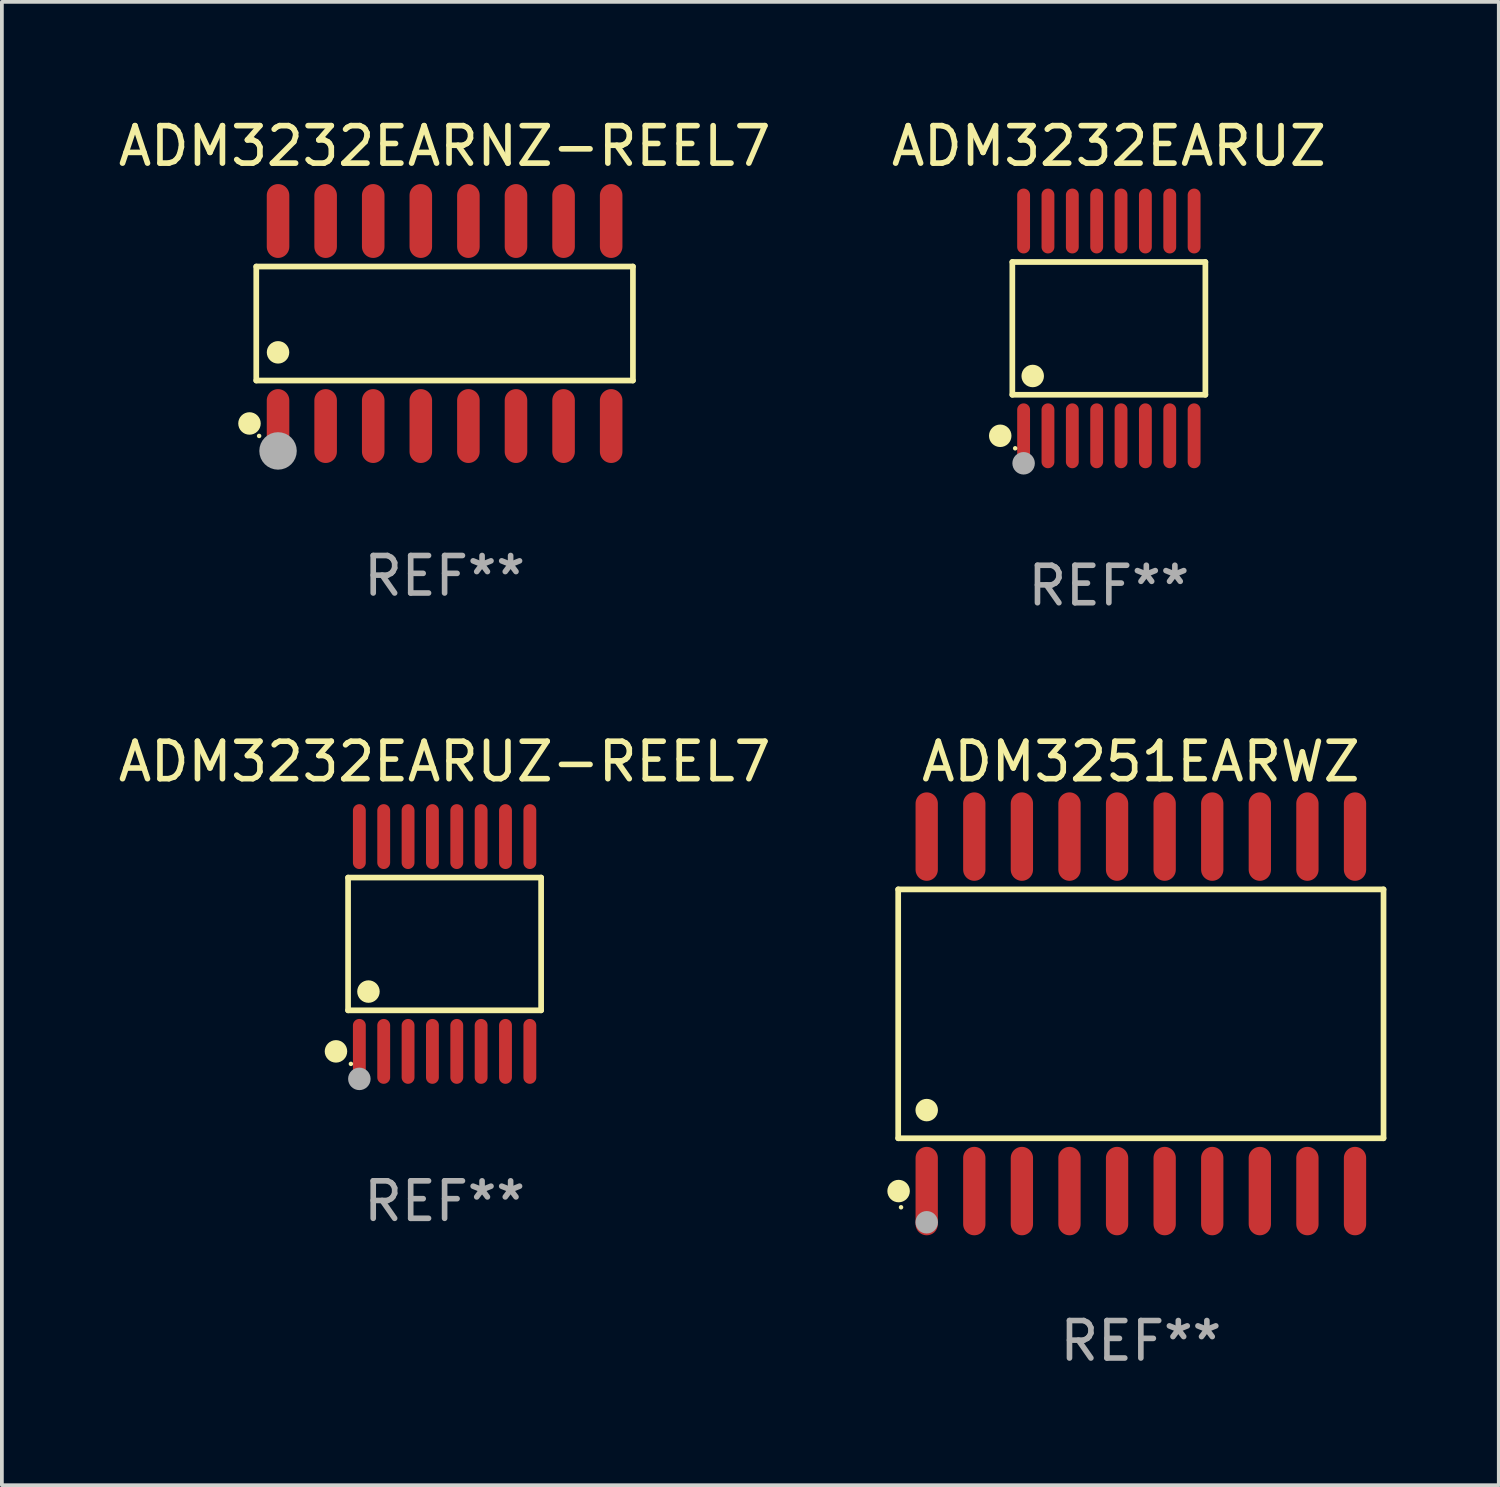
<source format=kicad_pcb>
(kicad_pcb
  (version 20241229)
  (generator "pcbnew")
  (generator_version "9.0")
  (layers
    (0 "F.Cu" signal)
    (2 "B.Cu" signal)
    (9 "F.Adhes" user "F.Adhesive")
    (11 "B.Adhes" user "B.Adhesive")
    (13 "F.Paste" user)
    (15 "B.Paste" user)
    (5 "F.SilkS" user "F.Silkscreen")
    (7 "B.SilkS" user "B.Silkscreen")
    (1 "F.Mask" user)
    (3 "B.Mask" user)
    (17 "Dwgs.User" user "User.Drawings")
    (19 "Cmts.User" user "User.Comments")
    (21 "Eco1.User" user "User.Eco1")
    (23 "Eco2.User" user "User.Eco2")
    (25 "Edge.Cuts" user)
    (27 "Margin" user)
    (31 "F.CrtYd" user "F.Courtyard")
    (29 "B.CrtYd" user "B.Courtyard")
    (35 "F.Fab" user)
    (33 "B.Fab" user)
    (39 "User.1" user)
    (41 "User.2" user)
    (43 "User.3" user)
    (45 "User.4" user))
  (footprint "ADM3251EARWZ"
    (layer "F.Cu")
    (at 27.396 24.006)
    (property "Reference" "ADM3251EARWZ" (at 0 -6.73 0) (layer "F.SilkS") (effects (font (size 1 1) (thickness 0.15))))
    (attr through_hole)
    (fp_line (start -6.476 -3.321) (end 6.476 -3.321) (stroke (width 0.152) (type solid)) (layer "F.SilkS"))
    (fp_line (start -6.476 3.321) (end -6.476 -3.321) (stroke (width 0.152) (type solid)) (layer "F.SilkS"))
    (fp_line (start 6.476 -3.321) (end 6.476 3.321) (stroke (width 0.152) (type solid)) (layer "F.SilkS"))
    (fp_line (start 6.476 3.321) (end -6.476 3.321) (stroke (width 0.152) (type solid)) (layer "F.SilkS"))
    (fp_circle (center -6.465 4.73) (end -6.315 4.73) (stroke (width 0.3) (type solid)) (fill no) (layer "F.SilkS"))
    (fp_circle (center -6.4 5.163) (end -6.37 5.163) (stroke (width 0.06) (type solid)) (fill no) (layer "F.SilkS"))
    (fp_circle (center -5.715 2.569) (end -5.565 2.569) (stroke (width 0.3) (type solid)) (fill no) (layer "F.SilkS"))
    (fp_circle (center -5.715 5.563) (end -5.565 5.563) (stroke (width 0.3) (type solid)) (fill no) (layer "F.Fab"))
    (fp_text user "REF**" (at 0 8.73 0) (layer "F.Fab") (effects (font (size 1 1) (thickness 0.15))))
    (pad "1" smd oval (at -5.715 4.73) (size 0.595 2.36) (layers "F.Cu" "F.Mask" "F.Paste"))
    (pad "2" smd oval (at -4.445 4.73) (size 0.595 2.36) (layers "F.Cu" "F.Mask" "F.Paste"))
    (pad "3" smd oval (at -3.175 4.73) (size 0.595 2.36) (layers "F.Cu" "F.Mask" "F.Paste"))
    (pad "4" smd oval (at -1.905 4.73) (size 0.595 2.36) (layers "F.Cu" "F.Mask" "F.Paste"))
    (pad "5" smd oval (at -0.635 4.73) (size 0.595 2.36) (layers "F.Cu" "F.Mask" "F.Paste"))
    (pad "6" smd oval (at 0.635 4.73) (size 0.595 2.36) (layers "F.Cu" "F.Mask" "F.Paste"))
    (pad "7" smd oval (at 1.905 4.73) (size 0.595 2.36) (layers "F.Cu" "F.Mask" "F.Paste"))
    (pad "8" smd oval (at 3.175 4.73) (size 0.595 2.36) (layers "F.Cu" "F.Mask" "F.Paste"))
    (pad "9" smd oval (at 4.445 4.73) (size 0.595 2.36) (layers "F.Cu" "F.Mask" "F.Paste"))
    (pad "10" smd oval (at 5.715 4.73) (size 0.595 2.36) (layers "F.Cu" "F.Mask" "F.Paste"))
    (pad "11" smd oval (at 5.715 -4.73) (size 0.595 2.36) (layers "F.Cu" "F.Mask" "F.Paste"))
    (pad "12" smd oval (at 4.445 -4.73) (size 0.595 2.36) (layers "F.Cu" "F.Mask" "F.Paste"))
    (pad "13" smd oval (at 3.175 -4.73) (size 0.595 2.36) (layers "F.Cu" "F.Mask" "F.Paste"))
    (pad "14" smd oval (at 1.905 -4.73) (size 0.595 2.36) (layers "F.Cu" "F.Mask" "F.Paste"))
    (pad "15" smd oval (at 0.635 -4.73) (size 0.595 2.36) (layers "F.Cu" "F.Mask" "F.Paste"))
    (pad "16" smd oval (at -0.635 -4.73) (size 0.595 2.36) (layers "F.Cu" "F.Mask" "F.Paste"))
    (pad "17" smd oval (at -1.905 -4.73) (size 0.595 2.36) (layers "F.Cu" "F.Mask" "F.Paste"))
    (pad "18" smd oval (at -3.175 -4.73) (size 0.595 2.36) (layers "F.Cu" "F.Mask" "F.Paste"))
    (pad "19" smd oval (at -4.445 -4.73) (size 0.595 2.36) (layers "F.Cu" "F.Mask" "F.Paste"))
    (pad "20" smd oval (at -5.715 -4.73) (size 0.595 2.36) (layers "F.Cu" "F.Mask" "F.Paste")))
  (footprint "ADM3232EARNZ-REEL7"
    (layer "F.Cu")
    (at 8.815 5.584)
    (property "Reference" "ADM3232EARNZ-REEL7" (at 0 -4.736 0) (layer "F.SilkS") (effects (font (size 1 1) (thickness 0.15))))
    (attr through_hole)
    (fp_line (start -5.026 -1.521) (end 5.026 -1.521) (stroke (width 0.152) (type solid)) (layer "F.SilkS"))
    (fp_line (start -5.026 1.521) (end -5.026 -1.521) (stroke (width 0.152) (type solid)) (layer "F.SilkS"))
    (fp_line (start 5.026 -1.521) (end 5.026 1.521) (stroke (width 0.152) (type solid)) (layer "F.SilkS"))
    (fp_line (start 5.026 1.521) (end -5.026 1.521) (stroke (width 0.152) (type solid)) (layer "F.SilkS"))
    (fp_circle (center -5.207 2.667) (end -5.057 2.667) (stroke (width 0.3) (type solid)) (fill no) (layer "F.SilkS"))
    (fp_circle (center -4.95 3) (end -4.92 3) (stroke (width 0.06) (type solid)) (fill no) (layer "F.SilkS"))
    (fp_circle (center -4.445 0.769) (end -4.295 0.769) (stroke (width 0.3) (type solid)) (fill no) (layer "F.SilkS"))
    (fp_circle (center -4.445 3.4) (end -4.195 3.4) (stroke (width 0.5) (type solid)) (fill no) (layer "F.Fab"))
    (fp_text user "REF**" (at 0 6.736 0) (layer "F.Fab") (effects (font (size 1 1) (thickness 0.15))))
    (pad "1" smd oval (at -4.445 2.736) (size 0.602 1.971) (layers "F.Cu" "F.Mask" "F.Paste"))
    (pad "2" smd oval (at -3.175 2.736) (size 0.602 1.971) (layers "F.Cu" "F.Mask" "F.Paste"))
    (pad "3" smd oval (at -1.905 2.736) (size 0.602 1.971) (layers "F.Cu" "F.Mask" "F.Paste"))
    (pad "4" smd oval (at -0.635 2.736) (size 0.602 1.971) (layers "F.Cu" "F.Mask" "F.Paste"))
    (pad "5" smd oval (at 0.635 2.736) (size 0.602 1.971) (layers "F.Cu" "F.Mask" "F.Paste"))
    (pad "6" smd oval (at 1.905 2.736) (size 0.602 1.971) (layers "F.Cu" "F.Mask" "F.Paste"))
    (pad "7" smd oval (at 3.175 2.736) (size 0.602 1.971) (layers "F.Cu" "F.Mask" "F.Paste"))
    (pad "8" smd oval (at 4.445 2.736) (size 0.602 1.971) (layers "F.Cu" "F.Mask" "F.Paste"))
    (pad "9" smd oval (at 4.445 -2.736) (size 0.602 1.971) (layers "F.Cu" "F.Mask" "F.Paste"))
    (pad "10" smd oval (at 3.175 -2.736) (size 0.602 1.971) (layers "F.Cu" "F.Mask" "F.Paste"))
    (pad "11" smd oval (at 1.905 -2.736) (size 0.602 1.971) (layers "F.Cu" "F.Mask" "F.Paste"))
    (pad "12" smd oval (at 0.635 -2.736) (size 0.602 1.971) (layers "F.Cu" "F.Mask" "F.Paste"))
    (pad "13" smd oval (at -0.635 -2.736) (size 0.602 1.971) (layers "F.Cu" "F.Mask" "F.Paste"))
    (pad "14" smd oval (at -1.905 -2.736) (size 0.602 1.971) (layers "F.Cu" "F.Mask" "F.Paste"))
    (pad "15" smd oval (at -3.175 -2.736) (size 0.602 1.971) (layers "F.Cu" "F.Mask" "F.Paste"))
    (pad "16" smd oval (at -4.445 -2.736) (size 0.602 1.971) (layers "F.Cu" "F.Mask" "F.Paste")))
  (footprint "ADM3232EARUZ"
    (layer "F.Cu")
    (at 26.542 5.714)
    (property "Reference" "ADM3232EARUZ" (at 0 -4.866 0) (layer "F.SilkS") (effects (font (size 1 1) (thickness 0.15))))
    (attr through_hole)
    (fp_line (start -2.576 -1.772) (end 2.576 -1.772) (stroke (width 0.152) (type solid)) (layer "F.SilkS"))
    (fp_line (start -2.576 1.771) (end -2.576 -1.772) (stroke (width 0.152) (type solid)) (layer "F.SilkS"))
    (fp_line (start 2.576 -1.772) (end 2.576 1.771) (stroke (width 0.152) (type solid)) (layer "F.SilkS"))
    (fp_line (start 2.576 1.771) (end -2.576 1.771) (stroke (width 0.152) (type solid)) (layer "F.SilkS"))
    (fp_circle (center -2.899 2.866) (end -2.749 2.866) (stroke (width 0.3) (type solid)) (fill no) (layer "F.SilkS"))
    (fp_circle (center -2.5 3.2) (end -2.47 3.2) (stroke (width 0.06) (type solid)) (fill no) (layer "F.SilkS"))
    (fp_circle (center -2.032 1.27) (end -1.882 1.27) (stroke (width 0.3) (type solid)) (fill no) (layer "F.SilkS"))
    (fp_circle (center -2.275 3.6) (end -2.125 3.6) (stroke (width 0.3) (type solid)) (fill no) (layer "F.Fab"))
    (fp_text user "REF**" (at 0 6.866 0) (layer "F.Fab") (effects (font (size 1 1) (thickness 0.15))))
    (pad "1" smd oval (at -2.275 2.866) (size 0.343 1.731) (layers "F.Cu" "F.Mask" "F.Paste"))
    (pad "2" smd oval (at -1.625 2.866) (size 0.343 1.731) (layers "F.Cu" "F.Mask" "F.Paste"))
    (pad "3" smd oval (at -0.975 2.866) (size 0.343 1.731) (layers "F.Cu" "F.Mask" "F.Paste"))
    (pad "4" smd oval (at -0.325 2.866) (size 0.343 1.731) (layers "F.Cu" "F.Mask" "F.Paste"))
    (pad "5" smd oval (at 0.325 2.866) (size 0.343 1.731) (layers "F.Cu" "F.Mask" "F.Paste"))
    (pad "6" smd oval (at 0.975 2.866) (size 0.343 1.731) (layers "F.Cu" "F.Mask" "F.Paste"))
    (pad "7" smd oval (at 1.625 2.866) (size 0.343 1.731) (layers "F.Cu" "F.Mask" "F.Paste"))
    (pad "8" smd oval (at 2.275 2.866) (size 0.343 1.731) (layers "F.Cu" "F.Mask" "F.Paste"))
    (pad "9" smd oval (at 2.275 -2.866) (size 0.343 1.731) (layers "F.Cu" "F.Mask" "F.Paste"))
    (pad "10" smd oval (at 1.625 -2.866) (size 0.343 1.731) (layers "F.Cu" "F.Mask" "F.Paste"))
    (pad "11" smd oval (at 0.975 -2.866) (size 0.343 1.731) (layers "F.Cu" "F.Mask" "F.Paste"))
    (pad "12" smd oval (at 0.325 -2.866) (size 0.343 1.731) (layers "F.Cu" "F.Mask" "F.Paste"))
    (pad "13" smd oval (at -0.325 -2.866) (size 0.343 1.731) (layers "F.Cu" "F.Mask" "F.Paste"))
    (pad "14" smd oval (at -0.975 -2.866) (size 0.343 1.731) (layers "F.Cu" "F.Mask" "F.Paste"))
    (pad "15" smd oval (at -1.625 -2.866) (size 0.343 1.731) (layers "F.Cu" "F.Mask" "F.Paste"))
    (pad "16" smd oval (at -2.275 -2.866) (size 0.343 1.731) (layers "F.Cu" "F.Mask" "F.Paste")))
  (footprint "ADM3232EARUZ-REEL7"
    (layer "F.Cu")
    (at 8.815 22.142)
    (property "Reference" "ADM3232EARUZ-REEL7" (at 0 -4.866 0) (layer "F.SilkS") (effects (font (size 1 1) (thickness 0.15))))
    (attr through_hole)
    (fp_line (start -2.576 -1.772) (end 2.576 -1.772) (stroke (width 0.152) (type solid)) (layer "F.SilkS"))
    (fp_line (start -2.576 1.771) (end -2.576 -1.772) (stroke (width 0.152) (type solid)) (layer "F.SilkS"))
    (fp_line (start 2.576 -1.772) (end 2.576 1.771) (stroke (width 0.152) (type solid)) (layer "F.SilkS"))
    (fp_line (start 2.576 1.771) (end -2.576 1.771) (stroke (width 0.152) (type solid)) (layer "F.SilkS"))
    (fp_circle (center -2.899 2.866) (end -2.749 2.866) (stroke (width 0.3) (type solid)) (fill no) (layer "F.SilkS"))
    (fp_circle (center -2.5 3.2) (end -2.47 3.2) (stroke (width 0.06) (type solid)) (fill no) (layer "F.SilkS"))
    (fp_circle (center -2.032 1.27) (end -1.882 1.27) (stroke (width 0.3) (type solid)) (fill no) (layer "F.SilkS"))
    (fp_circle (center -2.275 3.6) (end -2.125 3.6) (stroke (width 0.3) (type solid)) (fill no) (layer "F.Fab"))
    (fp_text user "REF**" (at 0 6.866 0) (layer "F.Fab") (effects (font (size 1 1) (thickness 0.15))))
    (pad "1" smd oval (at -2.275 2.866) (size 0.343 1.731) (layers "F.Cu" "F.Mask" "F.Paste"))
    (pad "2" smd oval (at -1.625 2.866) (size 0.343 1.731) (layers "F.Cu" "F.Mask" "F.Paste"))
    (pad "3" smd oval (at -0.975 2.866) (size 0.343 1.731) (layers "F.Cu" "F.Mask" "F.Paste"))
    (pad "4" smd oval (at -0.325 2.866) (size 0.343 1.731) (layers "F.Cu" "F.Mask" "F.Paste"))
    (pad "5" smd oval (at 0.325 2.866) (size 0.343 1.731) (layers "F.Cu" "F.Mask" "F.Paste"))
    (pad "6" smd oval (at 0.975 2.866) (size 0.343 1.731) (layers "F.Cu" "F.Mask" "F.Paste"))
    (pad "7" smd oval (at 1.625 2.866) (size 0.343 1.731) (layers "F.Cu" "F.Mask" "F.Paste"))
    (pad "8" smd oval (at 2.275 2.866) (size 0.343 1.731) (layers "F.Cu" "F.Mask" "F.Paste"))
    (pad "9" smd oval (at 2.275 -2.866) (size 0.343 1.731) (layers "F.Cu" "F.Mask" "F.Paste"))
    (pad "10" smd oval (at 1.625 -2.866) (size 0.343 1.731) (layers "F.Cu" "F.Mask" "F.Paste"))
    (pad "11" smd oval (at 0.975 -2.866) (size 0.343 1.731) (layers "F.Cu" "F.Mask" "F.Paste"))
    (pad "12" smd oval (at 0.325 -2.866) (size 0.343 1.731) (layers "F.Cu" "F.Mask" "F.Paste"))
    (pad "13" smd oval (at -0.325 -2.866) (size 0.343 1.731) (layers "F.Cu" "F.Mask" "F.Paste"))
    (pad "14" smd oval (at -0.975 -2.866) (size 0.343 1.731) (layers "F.Cu" "F.Mask" "F.Paste"))
    (pad "15" smd oval (at -1.625 -2.866) (size 0.343 1.731) (layers "F.Cu" "F.Mask" "F.Paste"))
    (pad "16" smd oval (at -2.275 -2.866) (size 0.343 1.731) (layers "F.Cu" "F.Mask" "F.Paste")))
  (gr_rect
    (start -3 -3)
    (end 36.948 36.585)
    (stroke (width 0.1) (type default))
    (fill no)
    (layer "Edge.Cuts")))
</source>
